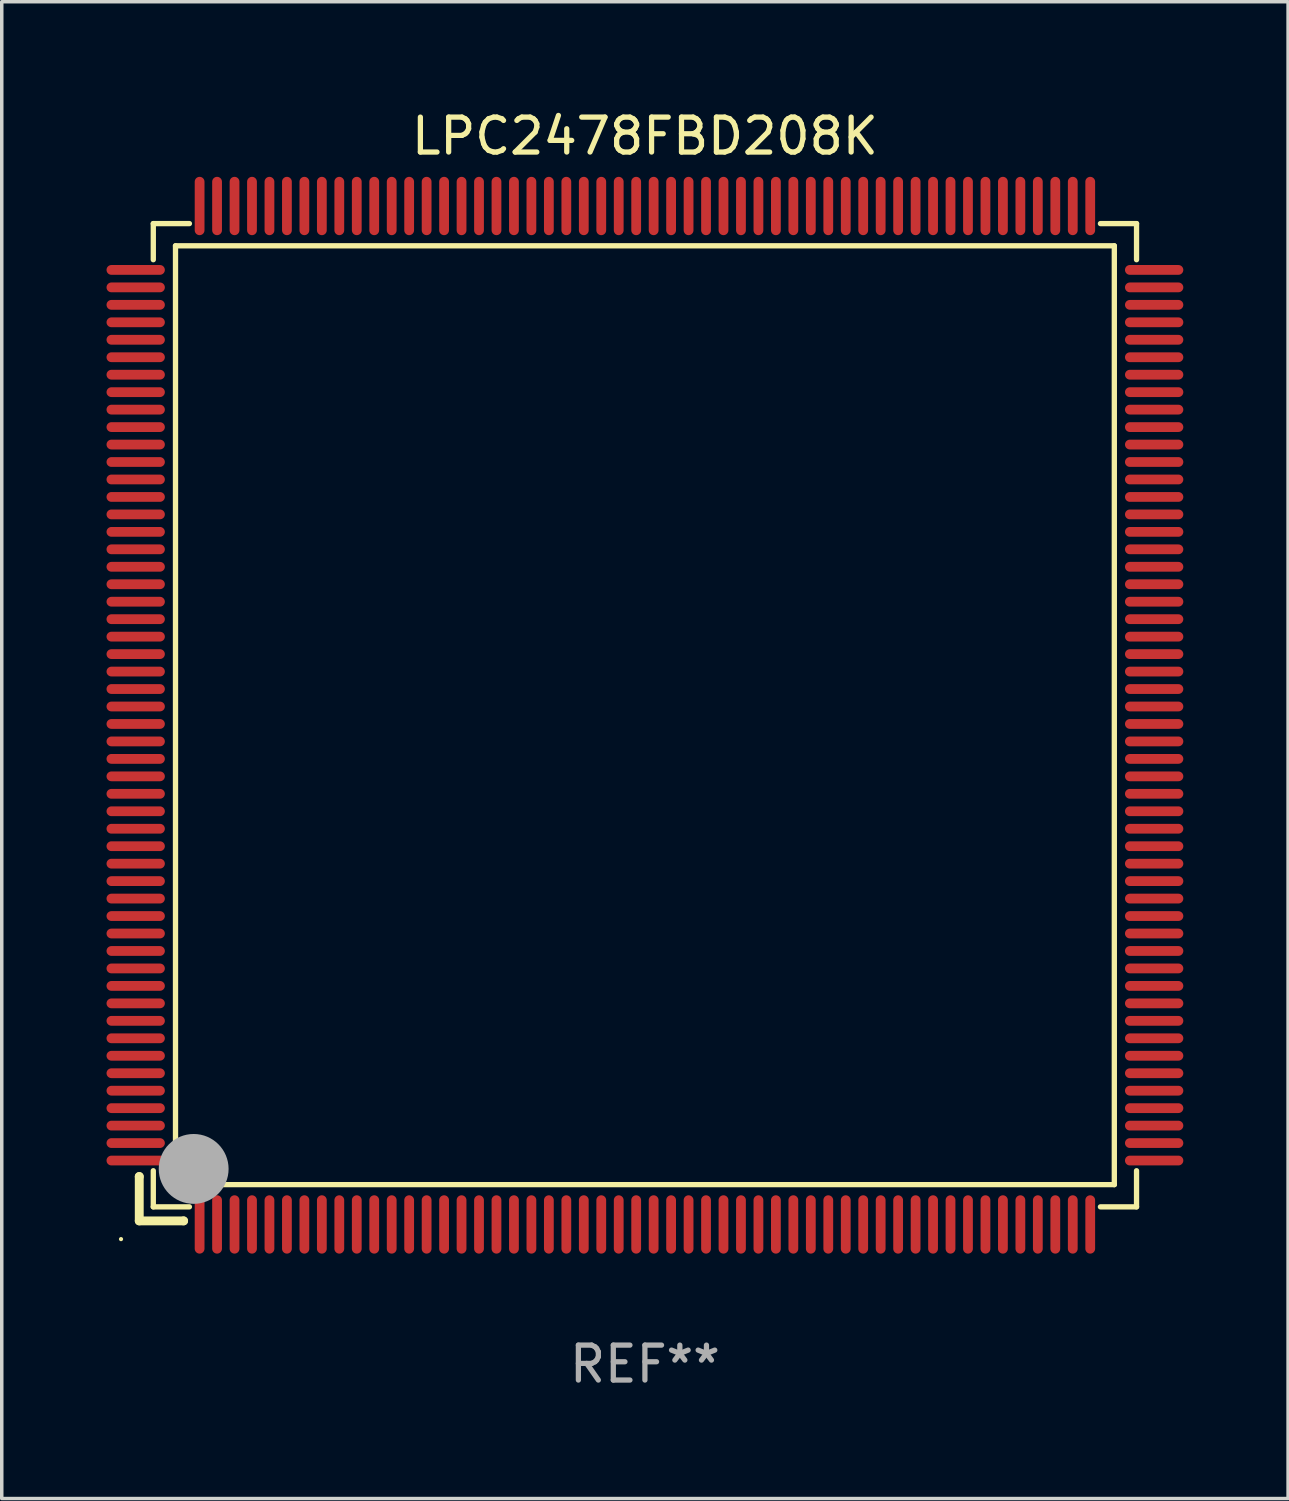
<source format=kicad_pcb>
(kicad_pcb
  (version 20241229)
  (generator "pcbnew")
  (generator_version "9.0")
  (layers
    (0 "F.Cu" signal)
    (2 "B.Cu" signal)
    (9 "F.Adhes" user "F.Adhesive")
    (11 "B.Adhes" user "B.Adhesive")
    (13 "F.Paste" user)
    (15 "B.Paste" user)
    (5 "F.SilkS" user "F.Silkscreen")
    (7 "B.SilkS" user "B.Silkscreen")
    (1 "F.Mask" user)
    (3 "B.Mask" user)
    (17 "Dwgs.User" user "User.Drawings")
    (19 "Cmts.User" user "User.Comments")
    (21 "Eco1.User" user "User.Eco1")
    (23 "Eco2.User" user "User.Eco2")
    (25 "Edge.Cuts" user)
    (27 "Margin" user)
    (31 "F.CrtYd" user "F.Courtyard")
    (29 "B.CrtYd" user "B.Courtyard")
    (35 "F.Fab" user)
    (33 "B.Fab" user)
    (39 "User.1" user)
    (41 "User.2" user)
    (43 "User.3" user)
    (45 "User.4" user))
  (footprint "LPC2478FBD208K"
    (layer "F.Cu")
    (at 15.415 17.428)
    (property "Reference" "LPC2478FBD208K" (at 0 -16.58 0) (layer "F.SilkS") (effects (font (size 1 1) (thickness 0.15))))
    (attr through_hole)
    (fp_line (start -14.478 13.208) (end -14.478 13.208) (stroke (width 0.254) (type solid)) (layer "F.SilkS"))
    (fp_line (start -14.478 13.208) (end -14.478 14.478) (stroke (width 0.254) (type solid)) (layer "F.SilkS"))
    (fp_line (start -14.478 14.478) (end -13.208 14.478) (stroke (width 0.254) (type solid)) (layer "F.SilkS"))
    (fp_line (start -14.076 -14.076) (end -14.076 -13.042) (stroke (width 0.152) (type solid)) (layer "F.SilkS"))
    (fp_line (start -14.076 14.076) (end -14.076 13.042) (stroke (width 0.152) (type solid)) (layer "F.SilkS"))
    (fp_line (start -13.44 -13.44) (end 13.44 -13.44) (stroke (width 0.152) (type solid)) (layer "F.SilkS"))
    (fp_line (start -13.44 13.44) (end -13.44 -13.44) (stroke (width 0.152) (type solid)) (layer "F.SilkS"))
    (fp_line (start -13.208 14.478) (end -13.208 14.478) (stroke (width 0.254) (type solid)) (layer "F.SilkS"))
    (fp_line (start -13.042 -14.076) (end -14.076 -14.076) (stroke (width 0.152) (type solid)) (layer "F.SilkS"))
    (fp_line (start -13.042 14.076) (end -14.076 14.076) (stroke (width 0.152) (type solid)) (layer "F.SilkS"))
    (fp_line (start 13.042 -14.076) (end 14.076 -14.076) (stroke (width 0.152) (type solid)) (layer "F.SilkS"))
    (fp_line (start 13.042 14.076) (end 14.076 14.076) (stroke (width 0.152) (type solid)) (layer "F.SilkS"))
    (fp_line (start 13.44 -13.44) (end 13.44 13.44) (stroke (width 0.152) (type solid)) (layer "F.SilkS"))
    (fp_line (start 13.44 13.44) (end -13.44 13.44) (stroke (width 0.152) (type solid)) (layer "F.SilkS"))
    (fp_line (start 14.076 -14.076) (end 14.076 -13.042) (stroke (width 0.152) (type solid)) (layer "F.SilkS"))
    (fp_line (start 14.076 14.076) (end 14.076 13.042) (stroke (width 0.152) (type solid)) (layer "F.SilkS"))
    (fp_circle (center -15 15) (end -14.97 15) (stroke (width 0.06) (type solid)) (fill no) (layer "F.SilkS"))
    (fp_circle (center -13.138 13.138) (end -13.063 13.138) (stroke (width 0.15) (type solid)) (fill no) (layer "F.SilkS"))
    (fp_circle (center -12.92 12.99) (end -12.42 12.99) (stroke (width 1) (type solid)) (fill no) (layer "F.Fab"))
    (fp_text user "REF**" (at 0 18.58 0) (layer "F.Fab") (effects (font (size 1 1) (thickness 0.15))))
    (pad "1" smd oval (at -12.75 14.58) (size 0.28 1.67) (layers "F.Cu" "F.Mask" "F.Paste"))
    (pad "2" smd oval (at -12.25 14.58) (size 0.28 1.67) (layers "F.Cu" "F.Mask" "F.Paste"))
    (pad "3" smd oval (at -11.75 14.58) (size 0.28 1.67) (layers "F.Cu" "F.Mask" "F.Paste"))
    (pad "4" smd oval (at -11.25 14.58) (size 0.28 1.67) (layers "F.Cu" "F.Mask" "F.Paste"))
    (pad "5" smd oval (at -10.75 14.58) (size 0.28 1.67) (layers "F.Cu" "F.Mask" "F.Paste"))
    (pad "6" smd oval (at -10.25 14.58) (size 0.28 1.67) (layers "F.Cu" "F.Mask" "F.Paste"))
    (pad "7" smd oval (at -9.75 14.58) (size 0.28 1.67) (layers "F.Cu" "F.Mask" "F.Paste"))
    (pad "8" smd oval (at -9.25 14.58) (size 0.28 1.67) (layers "F.Cu" "F.Mask" "F.Paste"))
    (pad "9" smd oval (at -8.75 14.58) (size 0.28 1.67) (layers "F.Cu" "F.Mask" "F.Paste"))
    (pad "10" smd oval (at -8.25 14.58) (size 0.28 1.67) (layers "F.Cu" "F.Mask" "F.Paste"))
    (pad "11" smd oval (at -7.75 14.58) (size 0.28 1.67) (layers "F.Cu" "F.Mask" "F.Paste"))
    (pad "12" smd oval (at -7.25 14.58) (size 0.28 1.67) (layers "F.Cu" "F.Mask" "F.Paste"))
    (pad "13" smd oval (at -6.75 14.58) (size 0.28 1.67) (layers "F.Cu" "F.Mask" "F.Paste"))
    (pad "14" smd oval (at -6.25 14.58) (size 0.28 1.67) (layers "F.Cu" "F.Mask" "F.Paste"))
    (pad "15" smd oval (at -5.75 14.58) (size 0.28 1.67) (layers "F.Cu" "F.Mask" "F.Paste"))
    (pad "16" smd oval (at -5.25 14.58) (size 0.28 1.67) (layers "F.Cu" "F.Mask" "F.Paste"))
    (pad "17" smd oval (at -4.75 14.58) (size 0.28 1.67) (layers "F.Cu" "F.Mask" "F.Paste"))
    (pad "18" smd oval (at -4.25 14.58) (size 0.28 1.67) (layers "F.Cu" "F.Mask" "F.Paste"))
    (pad "19" smd oval (at -3.75 14.58) (size 0.28 1.67) (layers "F.Cu" "F.Mask" "F.Paste"))
    (pad "20" smd oval (at -3.25 14.58) (size 0.28 1.67) (layers "F.Cu" "F.Mask" "F.Paste"))
    (pad "21" smd oval (at -2.75 14.58) (size 0.28 1.67) (layers "F.Cu" "F.Mask" "F.Paste"))
    (pad "22" smd oval (at -2.25 14.58) (size 0.28 1.67) (layers "F.Cu" "F.Mask" "F.Paste"))
    (pad "23" smd oval (at -1.75 14.58) (size 0.28 1.67) (layers "F.Cu" "F.Mask" "F.Paste"))
    (pad "24" smd oval (at -1.25 14.58) (size 0.28 1.67) (layers "F.Cu" "F.Mask" "F.Paste"))
    (pad "25" smd oval (at -0.75 14.58) (size 0.28 1.67) (layers "F.Cu" "F.Mask" "F.Paste"))
    (pad "26" smd oval (at -0.25 14.58) (size 0.28 1.67) (layers "F.Cu" "F.Mask" "F.Paste"))
    (pad "27" smd oval (at 0.25 14.58) (size 0.28 1.67) (layers "F.Cu" "F.Mask" "F.Paste"))
    (pad "28" smd oval (at 0.75 14.58) (size 0.28 1.67) (layers "F.Cu" "F.Mask" "F.Paste"))
    (pad "29" smd oval (at 1.25 14.58) (size 0.28 1.67) (layers "F.Cu" "F.Mask" "F.Paste"))
    (pad "30" smd oval (at 1.75 14.58) (size 0.28 1.67) (layers "F.Cu" "F.Mask" "F.Paste"))
    (pad "31" smd oval (at 2.25 14.58) (size 0.28 1.67) (layers "F.Cu" "F.Mask" "F.Paste"))
    (pad "32" smd oval (at 2.75 14.58) (size 0.28 1.67) (layers "F.Cu" "F.Mask" "F.Paste"))
    (pad "33" smd oval (at 3.25 14.58) (size 0.28 1.67) (layers "F.Cu" "F.Mask" "F.Paste"))
    (pad "34" smd oval (at 3.75 14.58) (size 0.28 1.67) (layers "F.Cu" "F.Mask" "F.Paste"))
    (pad "35" smd oval (at 4.25 14.58) (size 0.28 1.67) (layers "F.Cu" "F.Mask" "F.Paste"))
    (pad "36" smd oval (at 4.75 14.58) (size 0.28 1.67) (layers "F.Cu" "F.Mask" "F.Paste"))
    (pad "37" smd oval (at 5.25 14.58) (size 0.28 1.67) (layers "F.Cu" "F.Mask" "F.Paste"))
    (pad "38" smd oval (at 5.75 14.58) (size 0.28 1.67) (layers "F.Cu" "F.Mask" "F.Paste"))
    (pad "39" smd oval (at 6.25 14.58) (size 0.28 1.67) (layers "F.Cu" "F.Mask" "F.Paste"))
    (pad "40" smd oval (at 6.75 14.58) (size 0.28 1.67) (layers "F.Cu" "F.Mask" "F.Paste"))
    (pad "41" smd oval (at 7.25 14.58) (size 0.28 1.67) (layers "F.Cu" "F.Mask" "F.Paste"))
    (pad "42" smd oval (at 7.75 14.58) (size 0.28 1.67) (layers "F.Cu" "F.Mask" "F.Paste"))
    (pad "43" smd oval (at 8.25 14.58) (size 0.28 1.67) (layers "F.Cu" "F.Mask" "F.Paste"))
    (pad "44" smd oval (at 8.75 14.58) (size 0.28 1.67) (layers "F.Cu" "F.Mask" "F.Paste"))
    (pad "45" smd oval (at 9.25 14.58) (size 0.28 1.67) (layers "F.Cu" "F.Mask" "F.Paste"))
    (pad "46" smd oval (at 9.75 14.58) (size 0.28 1.67) (layers "F.Cu" "F.Mask" "F.Paste"))
    (pad "47" smd oval (at 10.25 14.58) (size 0.28 1.67) (layers "F.Cu" "F.Mask" "F.Paste"))
    (pad "48" smd oval (at 10.75 14.58) (size 0.28 1.67) (layers "F.Cu" "F.Mask" "F.Paste"))
    (pad "49" smd oval (at 11.25 14.58) (size 0.28 1.67) (layers "F.Cu" "F.Mask" "F.Paste"))
    (pad "50" smd oval (at 11.75 14.58) (size 0.28 1.67) (layers "F.Cu" "F.Mask" "F.Paste"))
    (pad "51" smd oval (at 12.25 14.58) (size 0.28 1.67) (layers "F.Cu" "F.Mask" "F.Paste"))
    (pad "52" smd oval (at 12.75 14.58) (size 0.28 1.67) (layers "F.Cu" "F.Mask" "F.Paste"))
    (pad "53" smd oval (at 14.58 12.75) (size 1.67 0.28) (layers "F.Cu" "F.Mask" "F.Paste"))
    (pad "54" smd oval (at 14.58 12.25) (size 1.67 0.28) (layers "F.Cu" "F.Mask" "F.Paste"))
    (pad "55" smd oval (at 14.58 11.75) (size 1.67 0.28) (layers "F.Cu" "F.Mask" "F.Paste"))
    (pad "56" smd oval (at 14.58 11.25) (size 1.67 0.28) (layers "F.Cu" "F.Mask" "F.Paste"))
    (pad "57" smd oval (at 14.58 10.75) (size 1.67 0.28) (layers "F.Cu" "F.Mask" "F.Paste"))
    (pad "58" smd oval (at 14.58 10.25) (size 1.67 0.28) (layers "F.Cu" "F.Mask" "F.Paste"))
    (pad "59" smd oval (at 14.58 9.75) (size 1.67 0.28) (layers "F.Cu" "F.Mask" "F.Paste"))
    (pad "60" smd oval (at 14.58 9.25) (size 1.67 0.28) (layers "F.Cu" "F.Mask" "F.Paste"))
    (pad "61" smd oval (at 14.58 8.75) (size 1.67 0.28) (layers "F.Cu" "F.Mask" "F.Paste"))
    (pad "62" smd oval (at 14.58 8.25) (size 1.67 0.28) (layers "F.Cu" "F.Mask" "F.Paste"))
    (pad "63" smd oval (at 14.58 7.75) (size 1.67 0.28) (layers "F.Cu" "F.Mask" "F.Paste"))
    (pad "64" smd oval (at 14.58 7.25) (size 1.67 0.28) (layers "F.Cu" "F.Mask" "F.Paste"))
    (pad "65" smd oval (at 14.58 6.75) (size 1.67 0.28) (layers "F.Cu" "F.Mask" "F.Paste"))
    (pad "66" smd oval (at 14.58 6.25) (size 1.67 0.28) (layers "F.Cu" "F.Mask" "F.Paste"))
    (pad "67" smd oval (at 14.58 5.75) (size 1.67 0.28) (layers "F.Cu" "F.Mask" "F.Paste"))
    (pad "68" smd oval (at 14.58 5.25) (size 1.67 0.28) (layers "F.Cu" "F.Mask" "F.Paste"))
    (pad "69" smd oval (at 14.58 4.75) (size 1.67 0.28) (layers "F.Cu" "F.Mask" "F.Paste"))
    (pad "70" smd oval (at 14.58 4.25) (size 1.67 0.28) (layers "F.Cu" "F.Mask" "F.Paste"))
    (pad "71" smd oval (at 14.58 3.75) (size 1.67 0.28) (layers "F.Cu" "F.Mask" "F.Paste"))
    (pad "72" smd oval (at 14.58 3.25) (size 1.67 0.28) (layers "F.Cu" "F.Mask" "F.Paste"))
    (pad "73" smd oval (at 14.58 2.75) (size 1.67 0.28) (layers "F.Cu" "F.Mask" "F.Paste"))
    (pad "74" smd oval (at 14.58 2.25) (size 1.67 0.28) (layers "F.Cu" "F.Mask" "F.Paste"))
    (pad "75" smd oval (at 14.58 1.75) (size 1.67 0.28) (layers "F.Cu" "F.Mask" "F.Paste"))
    (pad "76" smd oval (at 14.58 1.25) (size 1.67 0.28) (layers "F.Cu" "F.Mask" "F.Paste"))
    (pad "77" smd oval (at 14.58 0.75) (size 1.67 0.28) (layers "F.Cu" "F.Mask" "F.Paste"))
    (pad "78" smd oval (at 14.58 0.25) (size 1.67 0.28) (layers "F.Cu" "F.Mask" "F.Paste"))
    (pad "79" smd oval (at 14.58 -0.25) (size 1.67 0.28) (layers "F.Cu" "F.Mask" "F.Paste"))
    (pad "80" smd oval (at 14.58 -0.75) (size 1.67 0.28) (layers "F.Cu" "F.Mask" "F.Paste"))
    (pad "81" smd oval (at 14.58 -1.25) (size 1.67 0.28) (layers "F.Cu" "F.Mask" "F.Paste"))
    (pad "82" smd oval (at 14.58 -1.75) (size 1.67 0.28) (layers "F.Cu" "F.Mask" "F.Paste"))
    (pad "83" smd oval (at 14.58 -2.25) (size 1.67 0.28) (layers "F.Cu" "F.Mask" "F.Paste"))
    (pad "84" smd oval (at 14.58 -2.75) (size 1.67 0.28) (layers "F.Cu" "F.Mask" "F.Paste"))
    (pad "85" smd oval (at 14.58 -3.25) (size 1.67 0.28) (layers "F.Cu" "F.Mask" "F.Paste"))
    (pad "86" smd oval (at 14.58 -3.75) (size 1.67 0.28) (layers "F.Cu" "F.Mask" "F.Paste"))
    (pad "87" smd oval (at 14.58 -4.25) (size 1.67 0.28) (layers "F.Cu" "F.Mask" "F.Paste"))
    (pad "88" smd oval (at 14.58 -4.75) (size 1.67 0.28) (layers "F.Cu" "F.Mask" "F.Paste"))
    (pad "89" smd oval (at 14.58 -5.25) (size 1.67 0.28) (layers "F.Cu" "F.Mask" "F.Paste"))
    (pad "90" smd oval (at 14.58 -5.75) (size 1.67 0.28) (layers "F.Cu" "F.Mask" "F.Paste"))
    (pad "91" smd oval (at 14.58 -6.25) (size 1.67 0.28) (layers "F.Cu" "F.Mask" "F.Paste"))
    (pad "92" smd oval (at 14.58 -6.75) (size 1.67 0.28) (layers "F.Cu" "F.Mask" "F.Paste"))
    (pad "93" smd oval (at 14.58 -7.25) (size 1.67 0.28) (layers "F.Cu" "F.Mask" "F.Paste"))
    (pad "94" smd oval (at 14.58 -7.75) (size 1.67 0.28) (layers "F.Cu" "F.Mask" "F.Paste"))
    (pad "95" smd oval (at 14.58 -8.25) (size 1.67 0.28) (layers "F.Cu" "F.Mask" "F.Paste"))
    (pad "96" smd oval (at 14.58 -8.75) (size 1.67 0.28) (layers "F.Cu" "F.Mask" "F.Paste"))
    (pad "97" smd oval (at 14.58 -9.25) (size 1.67 0.28) (layers "F.Cu" "F.Mask" "F.Paste"))
    (pad "98" smd oval (at 14.58 -9.75) (size 1.67 0.28) (layers "F.Cu" "F.Mask" "F.Paste"))
    (pad "99" smd oval (at 14.58 -10.25) (size 1.67 0.28) (layers "F.Cu" "F.Mask" "F.Paste"))
    (pad "100" smd oval (at 14.58 -10.75) (size 1.67 0.28) (layers "F.Cu" "F.Mask" "F.Paste"))
    (pad "101" smd oval (at 14.58 -11.25) (size 1.67 0.28) (layers "F.Cu" "F.Mask" "F.Paste"))
    (pad "102" smd oval (at 14.58 -11.75) (size 1.67 0.28) (layers "F.Cu" "F.Mask" "F.Paste"))
    (pad "103" smd oval (at 14.58 -12.25) (size 1.67 0.28) (layers "F.Cu" "F.Mask" "F.Paste"))
    (pad "104" smd oval (at 14.58 -12.75) (size 1.67 0.28) (layers "F.Cu" "F.Mask" "F.Paste"))
    (pad "105" smd oval (at 12.75 -14.58) (size 0.28 1.67) (layers "F.Cu" "F.Mask" "F.Paste"))
    (pad "106" smd oval (at 12.25 -14.58) (size 0.28 1.67) (layers "F.Cu" "F.Mask" "F.Paste"))
    (pad "107" smd oval (at 11.75 -14.58) (size 0.28 1.67) (layers "F.Cu" "F.Mask" "F.Paste"))
    (pad "108" smd oval (at 11.25 -14.58) (size 0.28 1.67) (layers "F.Cu" "F.Mask" "F.Paste"))
    (pad "109" smd oval (at 10.75 -14.58) (size 0.28 1.67) (layers "F.Cu" "F.Mask" "F.Paste"))
    (pad "110" smd oval (at 10.25 -14.58) (size 0.28 1.67) (layers "F.Cu" "F.Mask" "F.Paste"))
    (pad "111" smd oval (at 9.75 -14.58) (size 0.28 1.67) (layers "F.Cu" "F.Mask" "F.Paste"))
    (pad "112" smd oval (at 9.25 -14.58) (size 0.28 1.67) (layers "F.Cu" "F.Mask" "F.Paste"))
    (pad "113" smd oval (at 8.75 -14.58) (size 0.28 1.67) (layers "F.Cu" "F.Mask" "F.Paste"))
    (pad "114" smd oval (at 8.25 -14.58) (size 0.28 1.67) (layers "F.Cu" "F.Mask" "F.Paste"))
    (pad "115" smd oval (at 7.75 -14.58) (size 0.28 1.67) (layers "F.Cu" "F.Mask" "F.Paste"))
    (pad "116" smd oval (at 7.25 -14.58) (size 0.28 1.67) (layers "F.Cu" "F.Mask" "F.Paste"))
    (pad "117" smd oval (at 6.75 -14.58) (size 0.28 1.67) (layers "F.Cu" "F.Mask" "F.Paste"))
    (pad "118" smd oval (at 6.25 -14.58) (size 0.28 1.67) (layers "F.Cu" "F.Mask" "F.Paste"))
    (pad "119" smd oval (at 5.75 -14.58) (size 0.28 1.67) (layers "F.Cu" "F.Mask" "F.Paste"))
    (pad "120" smd oval (at 5.25 -14.58) (size 0.28 1.67) (layers "F.Cu" "F.Mask" "F.Paste"))
    (pad "121" smd oval (at 4.75 -14.58) (size 0.28 1.67) (layers "F.Cu" "F.Mask" "F.Paste"))
    (pad "122" smd oval (at 4.25 -14.58) (size 0.28 1.67) (layers "F.Cu" "F.Mask" "F.Paste"))
    (pad "123" smd oval (at 3.75 -14.58) (size 0.28 1.67) (layers "F.Cu" "F.Mask" "F.Paste"))
    (pad "124" smd oval (at 3.25 -14.58) (size 0.28 1.67) (layers "F.Cu" "F.Mask" "F.Paste"))
    (pad "125" smd oval (at 2.75 -14.58) (size 0.28 1.67) (layers "F.Cu" "F.Mask" "F.Paste"))
    (pad "126" smd oval (at 2.25 -14.58) (size 0.28 1.67) (layers "F.Cu" "F.Mask" "F.Paste"))
    (pad "127" smd oval (at 1.75 -14.58) (size 0.28 1.67) (layers "F.Cu" "F.Mask" "F.Paste"))
    (pad "128" smd oval (at 1.25 -14.58) (size 0.28 1.67) (layers "F.Cu" "F.Mask" "F.Paste"))
    (pad "129" smd oval (at 0.75 -14.58) (size 0.28 1.67) (layers "F.Cu" "F.Mask" "F.Paste"))
    (pad "130" smd oval (at 0.25 -14.58) (size 0.28 1.67) (layers "F.Cu" "F.Mask" "F.Paste"))
    (pad "131" smd oval (at -0.25 -14.58) (size 0.28 1.67) (layers "F.Cu" "F.Mask" "F.Paste"))
    (pad "132" smd oval (at -0.75 -14.58) (size 0.28 1.67) (layers "F.Cu" "F.Mask" "F.Paste"))
    (pad "133" smd oval (at -1.25 -14.58) (size 0.28 1.67) (layers "F.Cu" "F.Mask" "F.Paste"))
    (pad "134" smd oval (at -1.75 -14.58) (size 0.28 1.67) (layers "F.Cu" "F.Mask" "F.Paste"))
    (pad "135" smd oval (at -2.25 -14.58) (size 0.28 1.67) (layers "F.Cu" "F.Mask" "F.Paste"))
    (pad "136" smd oval (at -2.75 -14.58) (size 0.28 1.67) (layers "F.Cu" "F.Mask" "F.Paste"))
    (pad "137" smd oval (at -3.25 -14.58) (size 0.28 1.67) (layers "F.Cu" "F.Mask" "F.Paste"))
    (pad "138" smd oval (at -3.75 -14.58) (size 0.28 1.67) (layers "F.Cu" "F.Mask" "F.Paste"))
    (pad "139" smd oval (at -4.25 -14.58) (size 0.28 1.67) (layers "F.Cu" "F.Mask" "F.Paste"))
    (pad "140" smd oval (at -4.75 -14.58) (size 0.28 1.67) (layers "F.Cu" "F.Mask" "F.Paste"))
    (pad "141" smd oval (at -5.25 -14.58) (size 0.28 1.67) (layers "F.Cu" "F.Mask" "F.Paste"))
    (pad "142" smd oval (at -5.75 -14.58) (size 0.28 1.67) (layers "F.Cu" "F.Mask" "F.Paste"))
    (pad "143" smd oval (at -6.25 -14.58) (size 0.28 1.67) (layers "F.Cu" "F.Mask" "F.Paste"))
    (pad "144" smd oval (at -6.75 -14.58) (size 0.28 1.67) (layers "F.Cu" "F.Mask" "F.Paste"))
    (pad "145" smd oval (at -7.25 -14.58) (size 0.28 1.67) (layers "F.Cu" "F.Mask" "F.Paste"))
    (pad "146" smd oval (at -7.75 -14.58) (size 0.28 1.67) (layers "F.Cu" "F.Mask" "F.Paste"))
    (pad "147" smd oval (at -8.25 -14.58) (size 0.28 1.67) (layers "F.Cu" "F.Mask" "F.Paste"))
    (pad "148" smd oval (at -8.75 -14.58) (size 0.28 1.67) (layers "F.Cu" "F.Mask" "F.Paste"))
    (pad "149" smd oval (at -9.25 -14.58) (size 0.28 1.67) (layers "F.Cu" "F.Mask" "F.Paste"))
    (pad "150" smd oval (at -9.75 -14.58) (size 0.28 1.67) (layers "F.Cu" "F.Mask" "F.Paste"))
    (pad "151" smd oval (at -10.25 -14.58) (size 0.28 1.67) (layers "F.Cu" "F.Mask" "F.Paste"))
    (pad "152" smd oval (at -10.75 -14.58) (size 0.28 1.67) (layers "F.Cu" "F.Mask" "F.Paste"))
    (pad "153" smd oval (at -11.25 -14.58) (size 0.28 1.67) (layers "F.Cu" "F.Mask" "F.Paste"))
    (pad "154" smd oval (at -11.75 -14.58) (size 0.28 1.67) (layers "F.Cu" "F.Mask" "F.Paste"))
    (pad "155" smd oval (at -12.25 -14.58) (size 0.28 1.67) (layers "F.Cu" "F.Mask" "F.Paste"))
    (pad "156" smd oval (at -12.75 -14.58) (size 0.28 1.67) (layers "F.Cu" "F.Mask" "F.Paste"))
    (pad "157" smd oval (at -14.58 -12.75) (size 1.67 0.28) (layers "F.Cu" "F.Mask" "F.Paste"))
    (pad "158" smd oval (at -14.58 -12.25) (size 1.67 0.28) (layers "F.Cu" "F.Mask" "F.Paste"))
    (pad "159" smd oval (at -14.58 -11.75) (size 1.67 0.28) (layers "F.Cu" "F.Mask" "F.Paste"))
    (pad "160" smd oval (at -14.58 -11.25) (size 1.67 0.28) (layers "F.Cu" "F.Mask" "F.Paste"))
    (pad "161" smd oval (at -14.58 -10.75) (size 1.67 0.28) (layers "F.Cu" "F.Mask" "F.Paste"))
    (pad "162" smd oval (at -14.58 -10.25) (size 1.67 0.28) (layers "F.Cu" "F.Mask" "F.Paste"))
    (pad "163" smd oval (at -14.58 -9.75) (size 1.67 0.28) (layers "F.Cu" "F.Mask" "F.Paste"))
    (pad "164" smd oval (at -14.58 -9.25) (size 1.67 0.28) (layers "F.Cu" "F.Mask" "F.Paste"))
    (pad "165" smd oval (at -14.58 -8.75) (size 1.67 0.28) (layers "F.Cu" "F.Mask" "F.Paste"))
    (pad "166" smd oval (at -14.58 -8.25) (size 1.67 0.28) (layers "F.Cu" "F.Mask" "F.Paste"))
    (pad "167" smd oval (at -14.58 -7.75) (size 1.67 0.28) (layers "F.Cu" "F.Mask" "F.Paste"))
    (pad "168" smd oval (at -14.58 -7.25) (size 1.67 0.28) (layers "F.Cu" "F.Mask" "F.Paste"))
    (pad "169" smd oval (at -14.58 -6.75) (size 1.67 0.28) (layers "F.Cu" "F.Mask" "F.Paste"))
    (pad "170" smd oval (at -14.58 -6.25) (size 1.67 0.28) (layers "F.Cu" "F.Mask" "F.Paste"))
    (pad "171" smd oval (at -14.58 -5.75) (size 1.67 0.28) (layers "F.Cu" "F.Mask" "F.Paste"))
    (pad "172" smd oval (at -14.58 -5.25) (size 1.67 0.28) (layers "F.Cu" "F.Mask" "F.Paste"))
    (pad "173" smd oval (at -14.58 -4.75) (size 1.67 0.28) (layers "F.Cu" "F.Mask" "F.Paste"))
    (pad "174" smd oval (at -14.58 -4.25) (size 1.67 0.28) (layers "F.Cu" "F.Mask" "F.Paste"))
    (pad "175" smd oval (at -14.58 -3.75) (size 1.67 0.28) (layers "F.Cu" "F.Mask" "F.Paste"))
    (pad "176" smd oval (at -14.58 -3.25) (size 1.67 0.28) (layers "F.Cu" "F.Mask" "F.Paste"))
    (pad "177" smd oval (at -14.58 -2.75) (size 1.67 0.28) (layers "F.Cu" "F.Mask" "F.Paste"))
    (pad "178" smd oval (at -14.58 -2.25) (size 1.67 0.28) (layers "F.Cu" "F.Mask" "F.Paste"))
    (pad "179" smd oval (at -14.58 -1.75) (size 1.67 0.28) (layers "F.Cu" "F.Mask" "F.Paste"))
    (pad "180" smd oval (at -14.58 -1.25) (size 1.67 0.28) (layers "F.Cu" "F.Mask" "F.Paste"))
    (pad "181" smd oval (at -14.58 -0.75) (size 1.67 0.28) (layers "F.Cu" "F.Mask" "F.Paste"))
    (pad "182" smd oval (at -14.58 -0.25) (size 1.67 0.28) (layers "F.Cu" "F.Mask" "F.Paste"))
    (pad "183" smd oval (at -14.58 0.25) (size 1.67 0.28) (layers "F.Cu" "F.Mask" "F.Paste"))
    (pad "184" smd oval (at -14.58 0.75) (size 1.67 0.28) (layers "F.Cu" "F.Mask" "F.Paste"))
    (pad "185" smd oval (at -14.58 1.25) (size 1.67 0.28) (layers "F.Cu" "F.Mask" "F.Paste"))
    (pad "186" smd oval (at -14.58 1.75) (size 1.67 0.28) (layers "F.Cu" "F.Mask" "F.Paste"))
    (pad "187" smd oval (at -14.58 2.25) (size 1.67 0.28) (layers "F.Cu" "F.Mask" "F.Paste"))
    (pad "188" smd oval (at -14.58 2.75) (size 1.67 0.28) (layers "F.Cu" "F.Mask" "F.Paste"))
    (pad "189" smd oval (at -14.58 3.25) (size 1.67 0.28) (layers "F.Cu" "F.Mask" "F.Paste"))
    (pad "190" smd oval (at -14.58 3.75) (size 1.67 0.28) (layers "F.Cu" "F.Mask" "F.Paste"))
    (pad "191" smd oval (at -14.58 4.25) (size 1.67 0.28) (layers "F.Cu" "F.Mask" "F.Paste"))
    (pad "192" smd oval (at -14.58 4.75) (size 1.67 0.28) (layers "F.Cu" "F.Mask" "F.Paste"))
    (pad "193" smd oval (at -14.58 5.25) (size 1.67 0.28) (layers "F.Cu" "F.Mask" "F.Paste"))
    (pad "194" smd oval (at -14.58 5.75) (size 1.67 0.28) (layers "F.Cu" "F.Mask" "F.Paste"))
    (pad "195" smd oval (at -14.58 6.25) (size 1.67 0.28) (layers "F.Cu" "F.Mask" "F.Paste"))
    (pad "196" smd oval (at -14.58 6.75) (size 1.67 0.28) (layers "F.Cu" "F.Mask" "F.Paste"))
    (pad "197" smd oval (at -14.58 7.25) (size 1.67 0.28) (layers "F.Cu" "F.Mask" "F.Paste"))
    (pad "198" smd oval (at -14.58 7.75) (size 1.67 0.28) (layers "F.Cu" "F.Mask" "F.Paste"))
    (pad "199" smd oval (at -14.58 8.25) (size 1.67 0.28) (layers "F.Cu" "F.Mask" "F.Paste"))
    (pad "200" smd oval (at -14.58 8.75) (size 1.67 0.28) (layers "F.Cu" "F.Mask" "F.Paste"))
    (pad "201" smd oval (at -14.58 9.25) (size 1.67 0.28) (layers "F.Cu" "F.Mask" "F.Paste"))
    (pad "202" smd oval (at -14.58 9.75) (size 1.67 0.28) (layers "F.Cu" "F.Mask" "F.Paste"))
    (pad "203" smd oval (at -14.58 10.25) (size 1.67 0.28) (layers "F.Cu" "F.Mask" "F.Paste"))
    (pad "204" smd oval (at -14.58 10.75) (size 1.67 0.28) (layers "F.Cu" "F.Mask" "F.Paste"))
    (pad "205" smd oval (at -14.58 11.25) (size 1.67 0.28) (layers "F.Cu" "F.Mask" "F.Paste"))
    (pad "206" smd oval (at -14.58 11.75) (size 1.67 0.28) (layers "F.Cu" "F.Mask" "F.Paste"))
    (pad "207" smd oval (at -14.58 12.25) (size 1.67 0.28) (layers "F.Cu" "F.Mask" "F.Paste"))
    (pad "208" smd oval (at -14.58 12.75) (size 1.67 0.28) (layers "F.Cu" "F.Mask" "F.Paste")))
  (gr_rect
    (start -3 -3)
    (end 33.83 39.856)
    (stroke (width 0.1) (type default))
    (fill no)
    (layer "Edge.Cuts")))
</source>
